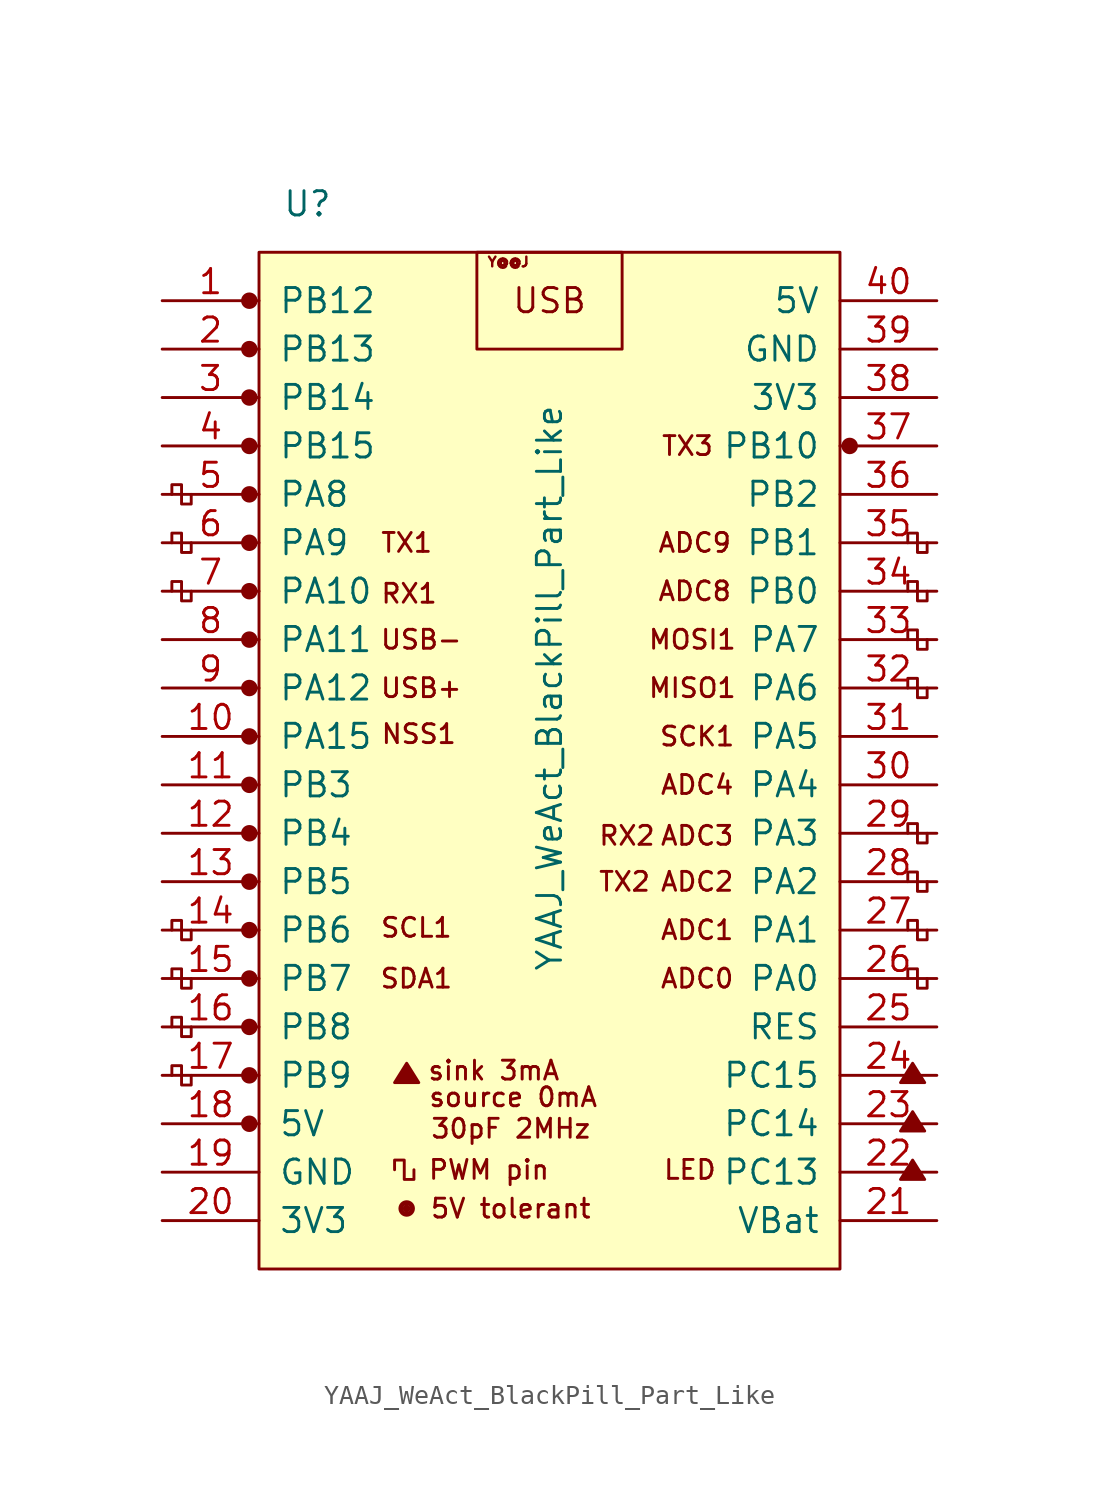
<source format=kicad_sym>
(kicad_symbol_lib
  (version 20220914)
  (generator kicad_symbol_editor)
  (symbol "YAAJ_WeAct_BlackPill_Part_Like"
    (pin_names
      (offset 1.016))
    (property "Reference" "U"
      (at -12.7 27.94 0)
      (effects (font (size 1.27 1.27))))
    (property "Value" "YAAJ_WeAct_BlackPill_Part_Like"
      (at 0 2.54 90)
      (effects (font (size 1.27 1.27))))
    (symbol "YAAJ_WeAct_BlackPill_Part_Like_0_0"
      (circle (center -15.748 -20.32) (radius 0.356) (stroke (width 0) (type solid)) (fill (type outline)))
      (circle (center -15.748 -17.78) (radius 0.356) (stroke (width 0) (type solid)) (fill (type outline)))
      (circle (center -15.748 -15.24) (radius 0.356) (stroke (width 0) (type solid)) (fill (type outline)))
      (circle (center -15.748 -12.7) (radius 0.356) (stroke (width 0) (type solid)) (fill (type outline)))
      (circle (center -15.748 -10.16) (radius 0.356) (stroke (width 0) (type solid)) (fill (type outline)))
      (circle (center -15.748 -7.62) (radius 0.356) (stroke (width 0) (type solid)) (fill (type outline)))
      (circle (center -15.748 -5.08) (radius 0.356) (stroke (width 0) (type solid)) (fill (type outline)))
      (circle (center -15.748 -2.54) (radius 0.356) (stroke (width 0) (type solid)) (fill (type outline)))
      (circle (center -15.748 0) (radius 0.356) (stroke (width 0) (type solid)) (fill (type outline)))
      (circle (center -15.748 2.54) (radius 0.356) (stroke (width 0) (type solid)) (fill (type outline)))
      (circle (center -15.748 5.08) (radius 0.356) (stroke (width 0) (type solid)) (fill (type outline)))
      (circle (center -15.748 7.62) (radius 0.356) (stroke (width 0) (type solid)) (fill (type outline)))
      (circle (center -15.748 10.16) (radius 0.356) (stroke (width 0) (type solid)) (fill (type outline)))
      (circle (center -15.748 12.7) (radius 0.356) (stroke (width 0) (type solid)) (fill (type outline)))
      (circle (center -15.748 15.24) (radius 0.356) (stroke (width 0) (type solid)) (fill (type outline)))
      (circle (center -15.748 17.78) (radius 0.356) (stroke (width 0) (type solid)) (fill (type outline)))
      (circle (center -15.748 22.86) (radius 0.356) (stroke (width 0) (type solid)) (fill (type outline)))
      (circle (center -7.493 -24.765) (radius 0.127) (stroke (width 0) (type solid)) (fill (type outline)))
      (circle (center -7.493 -24.765) (radius 0.254) (stroke (width 0) (type solid)) (fill (type none)))
      (circle (center -7.493 -24.765) (radius 0.356) (stroke (width 0) (type solid)) (fill (type none)))
      (polyline (pts (xy -8.128 -18.161) (xy -7.493 -17.145) (xy -6.858 -18.161) (xy -8.128 -18.161) (xy -7.493 -17.272) (xy -6.985 -18.161) (xy -8.001 -18.034) (xy -7.493 -17.399) (xy -7.112 -18.161) (xy -7.874 -17.907) (xy -7.366 -17.526) (xy -7.239 -18.161) (xy -7.747 -17.78) (xy -7.239 -17.653) (xy -7.366 -18.034) (xy -7.62 -17.78) (xy -7.366 -17.907) (xy -7.493 -17.653)) (stroke (width 0) (type solid)) (fill (type none)))
      (polyline (pts (xy 18.415 -23.241) (xy 19.05 -22.225) (xy 19.685 -23.241) (xy 18.415 -23.241) (xy 19.05 -22.352) (xy 19.558 -23.241) (xy 18.542 -23.114) (xy 19.05 -22.479) (xy 19.431 -23.241) (xy 18.669 -22.987) (xy 19.177 -22.606) (xy 19.304 -23.241) (xy 18.796 -22.86) (xy 19.304 -22.733) (xy 19.177 -23.114) (xy 18.923 -22.86) (xy 19.177 -22.987) (xy 19.05 -22.733)) (stroke (width 0) (type solid)) (fill (type none)))
      (polyline (pts (xy 18.415 -20.701) (xy 19.05 -19.685) (xy 19.685 -20.701) (xy 18.415 -20.701) (xy 19.05 -19.812) (xy 19.558 -20.701) (xy 18.542 -20.574) (xy 19.05 -19.939) (xy 19.431 -20.701) (xy 18.669 -20.447) (xy 19.177 -20.066) (xy 19.304 -20.701) (xy 18.796 -20.32) (xy 19.304 -20.193) (xy 19.177 -20.574) (xy 18.923 -20.32) (xy 19.177 -20.447) (xy 19.05 -20.193)) (stroke (width 0) (type solid)) (fill (type none)))
      (polyline (pts (xy 18.415 -18.161) (xy 19.05 -17.145) (xy 19.685 -18.161) (xy 18.415 -18.161) (xy 19.05 -17.272) (xy 19.558 -18.161) (xy 18.542 -18.034) (xy 19.05 -17.399) (xy 19.431 -18.161) (xy 18.669 -17.907) (xy 19.177 -17.526) (xy 19.304 -18.161) (xy 18.796 -17.78) (xy 19.304 -17.653) (xy 19.177 -18.034) (xy 18.923 -17.78) (xy 19.177 -17.907) (xy 19.05 -17.653)) (stroke (width 0) (type solid)) (fill (type none)))
      (circle (center 15.748 15.24) (radius 0.254) (stroke (width 0) (type solid)) (fill (type outline)))
      (circle (center 15.748 15.24) (radius 0.356) (stroke (width 0) (type solid)) (fill (type none)))
      (text "30pF 2MHz" (at -2.032 -20.574 0) (effects (font (size 0.991 0.991))))
      (text "5V tolerant" (at -2.032 -24.765 0) (effects (font (size 0.991 0.991))))
      (text "ADC0" (at 7.747 -12.7 0) (effects (font (size 0.991 0.991))))
      (text "ADC1" (at 7.747 -10.16 0) (effects (font (size 0.991 0.991))))
      (text "ADC2" (at 7.747 -7.62 0) (effects (font (size 0.991 0.991))))
      (text "ADC3" (at 7.747 -5.207 0) (effects (font (size 0.991 0.991))))
      (text "ADC4" (at 7.747 -2.54 0) (effects (font (size 0.991 0.991))))
      (text "ADC8" (at 7.62 7.62 0) (effects (font (size 0.991 0.991))))
      (text "ADC9" (at 7.62 10.16 0) (effects (font (size 0.991 0.991))))
      (text "LED" (at 7.366 -22.733 0) (effects (font (size 0.991 0.991))))
      (text "MISO1" (at 7.493 2.54 0) (effects (font (size 0.991 0.991))))
      (text "MOSI1" (at 7.493 5.08 0) (effects (font (size 0.991 0.991))))
      (text "NSS1" (at -6.858 0.127 0) (effects (font (size 0.991 0.991))))
      (text "PWM pin" (at -3.175 -22.733 0) (effects (font (size 0.991 0.991))))
      (text "RX1" (at -7.366 7.493 0) (effects (font (size 0.991 0.991))))
      (text "RX2" (at 4.064 -5.207 0) (effects (font (size 0.991 0.991))))
      (text "SCK1" (at 7.747 0 0) (effects (font (size 0.991 0.991))))
      (text "SCL1" (at -6.985 -10.033 0) (effects (font (size 0.991 0.991))))
      (text "SDA1" (at -6.985 -12.7 0) (effects (font (size 0.991 0.991))))
      (text "sink 3mA" (at -2.921 -17.526 0) (effects (font (size 0.991 0.991))))
      (text "source 0mA" (at -1.905 -18.923 0) (effects (font (size 0.991 0.991))))
      (text "TX1" (at -7.493 10.16 0) (effects (font (size 0.991 0.991))))
      (text "TX2" (at 3.937 -7.62 0) (effects (font (size 0.991 0.991))))
      (text "TX3" (at 7.239 15.24 0) (effects (font (size 0.991 0.991))))
      (text "USB" (at 0 22.86 0) (effects (font (size 1.27 1.27))))
      (text "USB+" (at -6.731 2.54 0) (effects (font (size 0.991 0.991))))
      (text "USB-" (at -6.731 5.08 0) (effects (font (size 0.991 0.991))))
      (text "Y@@J" (at -2.159 24.892 0) (effects (font (size 0.508 0.508)))))
    (symbol "YAAJ_WeAct_BlackPill_Part_Like_0_1"
      (rectangle (start -15.24 25.4) (end 15.24 -27.94) (stroke (width 0) (type solid)) (fill (type background)))
      (polyline (pts (xy -18.796 -17.78) (xy -18.796 -18.288) (xy -19.304 -18.288) (xy -19.304 -17.272) (xy -19.812 -17.272) (xy -19.812 -17.78)) (stroke (width 0) (type solid)) (fill (type none)))
      (polyline (pts (xy -18.796 -15.24) (xy -18.796 -15.748) (xy -19.304 -15.748) (xy -19.304 -14.732) (xy -19.812 -14.732) (xy -19.812 -15.24)) (stroke (width 0) (type solid)) (fill (type none)))
      (polyline (pts (xy -18.796 -12.7) (xy -18.796 -13.208) (xy -19.304 -13.208) (xy -19.304 -12.192) (xy -19.812 -12.192) (xy -19.812 -12.7)) (stroke (width 0) (type solid)) (fill (type none)))
      (polyline (pts (xy -18.796 -10.16) (xy -18.796 -10.668) (xy -19.304 -10.668) (xy -19.304 -9.652) (xy -19.812 -9.652) (xy -19.812 -10.16)) (stroke (width 0) (type solid)) (fill (type none)))
      (polyline (pts (xy -18.796 7.62) (xy -18.796 7.112) (xy -19.304 7.112) (xy -19.304 8.128) (xy -19.812 8.128) (xy -19.812 7.62)) (stroke (width 0) (type solid)) (fill (type none)))
      (polyline (pts (xy -18.796 10.16) (xy -18.796 9.652) (xy -19.304 9.652) (xy -19.304 10.668) (xy -19.812 10.668) (xy -19.812 10.16)) (stroke (width 0) (type solid)) (fill (type none)))
      (polyline (pts (xy -18.796 12.7) (xy -18.796 12.192) (xy -19.304 12.192) (xy -19.304 13.208) (xy -19.812 13.208) (xy -19.812 12.7)) (stroke (width 0) (type solid)) (fill (type none)))
      (polyline (pts (xy -7.112 -22.733) (xy -7.112 -23.241) (xy -7.62 -23.241) (xy -7.62 -22.225) (xy -8.128 -22.225) (xy -8.128 -22.733)) (stroke (width 0) (type solid)) (fill (type none)))
      (polyline (pts (xy 19.812 -12.7) (xy 19.812 -13.208) (xy 19.304 -13.208) (xy 19.304 -12.192) (xy 18.796 -12.192) (xy 18.796 -12.7)) (stroke (width 0) (type solid)) (fill (type none)))
      (polyline (pts (xy 19.812 -10.16) (xy 19.812 -10.668) (xy 19.304 -10.668) (xy 19.304 -9.652) (xy 18.796 -9.652) (xy 18.796 -10.16)) (stroke (width 0) (type solid)) (fill (type none)))
      (polyline (pts (xy 19.812 -7.62) (xy 19.812 -8.128) (xy 19.304 -8.128) (xy 19.304 -7.112) (xy 18.796 -7.112) (xy 18.796 -7.62)) (stroke (width 0) (type solid)) (fill (type none)))
      (polyline (pts (xy 19.812 -5.08) (xy 19.812 -5.588) (xy 19.304 -5.588) (xy 19.304 -4.572) (xy 18.796 -4.572) (xy 18.796 -5.08)) (stroke (width 0) (type solid)) (fill (type none)))
      (polyline (pts (xy 19.812 2.54) (xy 19.812 2.032) (xy 19.304 2.032) (xy 19.304 3.048) (xy 18.796 3.048) (xy 18.796 2.54)) (stroke (width 0) (type solid)) (fill (type none)))
      (polyline (pts (xy 19.812 5.08) (xy 19.812 4.572) (xy 19.304 4.572) (xy 19.304 5.588) (xy 18.796 5.588) (xy 18.796 5.08)) (stroke (width 0) (type solid)) (fill (type none)))
      (polyline (pts (xy 19.812 7.62) (xy 19.812 7.112) (xy 19.304 7.112) (xy 19.304 8.128) (xy 18.796 8.128) (xy 18.796 7.62)) (stroke (width 0) (type solid)) (fill (type none)))
      (polyline (pts (xy 19.812 10.16) (xy 19.812 9.652) (xy 19.304 9.652) (xy 19.304 10.668) (xy 18.796 10.668) (xy 18.796 10.16)) (stroke (width 0) (type solid)) (fill (type none)))
      (rectangle (start 3.81 25.4) (end -3.81 20.32) (stroke (width 0) (type solid)) (fill (type none))))
    (symbol "YAAJ_WeAct_BlackPill_Part_Like_1_1"
      (circle (center -15.748 20.32) (radius 0.356) (stroke (width 0) (type solid)) (fill (type outline)))
      (pin bidirectional line (at -20.32 22.86 0) (length 5.08) (name "PB12" (effects (font (size 1.27 1.27)))) (number "1" (effects (font (size 1.27 1.27)))))
      (pin bidirectional line (at -20.32 0 0) (length 5.08) (name "PA15" (effects (font (size 1.27 1.27)))) (number "10" (effects (font (size 1.27 1.27)))))
      (pin bidirectional line (at -20.32 -2.54 0) (length 5.08) (name "PB3" (effects (font (size 1.27 1.27)))) (number "11" (effects (font (size 1.27 1.27)))))
      (pin bidirectional line (at -20.32 -5.08 0) (length 5.08) (name "PB4" (effects (font (size 1.27 1.27)))) (number "12" (effects (font (size 1.27 1.27)))))
      (pin bidirectional line (at -20.32 -7.62 0) (length 5.08) (name "PB5" (effects (font (size 1.27 1.27)))) (number "13" (effects (font (size 1.27 1.27)))))
      (pin bidirectional line (at -20.32 -10.16 0) (length 5.08) (name "PB6" (effects (font (size 1.27 1.27)))) (number "14" (effects (font (size 1.27 1.27)))))
      (pin bidirectional line (at -20.32 -12.7 0) (length 5.08) (name "PB7" (effects (font (size 1.27 1.27)))) (number "15" (effects (font (size 1.27 1.27)))))
      (pin bidirectional line (at -20.32 -15.24 0) (length 5.08) (name "PB8" (effects (font (size 1.27 1.27)))) (number "16" (effects (font (size 1.27 1.27)))))
      (pin bidirectional line (at -20.32 -17.78 0) (length 5.08) (name "PB9" (effects (font (size 1.27 1.27)))) (number "17" (effects (font (size 1.27 1.27)))))
      (pin power_in line (at -20.32 -20.32 0) (length 5.08) (name "5V" (effects (font (size 1.27 1.27)))) (number "18" (effects (font (size 1.27 1.27)))))
      (pin power_in line (at -20.32 -22.86 0) (length 5.08) (name "GND" (effects (font (size 1.27 1.27)))) (number "19" (effects (font (size 1.27 1.27)))))
      (pin bidirectional line (at -20.32 20.32 0) (length 5.08) (name "PB13" (effects (font (size 1.27 1.27)))) (number "2" (effects (font (size 1.27 1.27)))))
      (pin power_in line (at -20.32 -25.4 0) (length 5.08) (name "3V3" (effects (font (size 1.27 1.27)))) (number "20" (effects (font (size 1.27 1.27)))))
      (pin power_in line (at 20.32 -25.4 180) (length 5.08) (name "VBat" (effects (font (size 1.27 1.27)))) (number "21" (effects (font (size 1.27 1.27)))))
      (pin bidirectional line (at 20.32 -22.86 180) (length 5.08) (name "PC13" (effects (font (size 1.27 1.27)))) (number "22" (effects (font (size 1.27 1.27)))))
      (pin bidirectional line (at 20.32 -20.32 180) (length 5.08) (name "PC14" (effects (font (size 1.27 1.27)))) (number "23" (effects (font (size 1.27 1.27)))))
      (pin bidirectional line (at 20.32 -17.78 180) (length 5.08) (name "PC15" (effects (font (size 1.27 1.27)))) (number "24" (effects (font (size 1.27 1.27)))))
      (pin input line (at 20.32 -15.24 180) (length 5.08) (name "RES" (effects (font (size 1.27 1.27)))) (number "25" (effects (font (size 1.27 1.27)))))
      (pin bidirectional line (at 20.32 -12.7 180) (length 5.08) (name "PA0" (effects (font (size 1.27 1.27)))) (number "26" (effects (font (size 1.27 1.27)))))
      (pin bidirectional line (at 20.32 -10.16 180) (length 5.08) (name "PA1" (effects (font (size 1.27 1.27)))) (number "27" (effects (font (size 1.27 1.27)))))
      (pin bidirectional line (at 20.32 -7.62 180) (length 5.08) (name "PA2" (effects (font (size 1.27 1.27)))) (number "28" (effects (font (size 1.27 1.27)))))
      (pin bidirectional line (at 20.32 -5.08 180) (length 5.08) (name "PA3" (effects (font (size 1.27 1.27)))) (number "29" (effects (font (size 1.27 1.27)))))
      (pin bidirectional line (at -20.32 17.78 0) (length 5.08) (name "PB14" (effects (font (size 1.27 1.27)))) (number "3" (effects (font (size 1.27 1.27)))))
      (pin bidirectional line (at 20.32 -2.54 180) (length 5.08) (name "PA4" (effects (font (size 1.27 1.27)))) (number "30" (effects (font (size 1.27 1.27)))))
      (pin bidirectional line (at 20.32 0 180) (length 5.08) (name "PA5" (effects (font (size 1.27 1.27)))) (number "31" (effects (font (size 1.27 1.27)))))
      (pin bidirectional line (at 20.32 2.54 180) (length 5.08) (name "PA6" (effects (font (size 1.27 1.27)))) (number "32" (effects (font (size 1.27 1.27)))))
      (pin bidirectional line (at 20.32 5.08 180) (length 5.08) (name "PA7" (effects (font (size 1.27 1.27)))) (number "33" (effects (font (size 1.27 1.27)))))
      (pin bidirectional line (at 20.32 7.62 180) (length 5.08) (name "PB0" (effects (font (size 1.27 1.27)))) (number "34" (effects (font (size 1.27 1.27)))))
      (pin bidirectional line (at 20.32 10.16 180) (length 5.08) (name "PB1" (effects (font (size 1.27 1.27)))) (number "35" (effects (font (size 1.27 1.27)))))
      (pin bidirectional line (at 20.32 12.7 180) (length 5.08) (name "PB2" (effects (font (size 1.27 1.27)))) (number "36" (effects (font (size 1.27 1.27)))))
      (pin bidirectional line (at 20.32 15.24 180) (length 5.08) (name "PB10" (effects (font (size 1.27 1.27)))) (number "37" (effects (font (size 1.27 1.27)))))
      (pin power_in line (at 20.32 17.78 180) (length 5.08) (name "3V3" (effects (font (size 1.27 1.27)))) (number "38" (effects (font (size 1.27 1.27)))))
      (pin power_in line (at 20.32 20.32 180) (length 5.08) (name "GND" (effects (font (size 1.27 1.27)))) (number "39" (effects (font (size 1.27 1.27)))))
      (pin bidirectional line (at -20.32 15.24 0) (length 5.08) (name "PB15" (effects (font (size 1.27 1.27)))) (number "4" (effects (font (size 1.27 1.27)))))
      (pin power_in line (at 20.32 22.86 180) (length 5.08) (name "5V" (effects (font (size 1.27 1.27)))) (number "40" (effects (font (size 1.27 1.27)))))
      (pin bidirectional line (at -20.32 12.7 0) (length 5.08) (name "PA8" (effects (font (size 1.27 1.27)))) (number "5" (effects (font (size 1.27 1.27)))))
      (pin bidirectional line (at -20.32 10.16 0) (length 5.08) (name "PA9" (effects (font (size 1.27 1.27)))) (number "6" (effects (font (size 1.27 1.27)))))
      (pin bidirectional line (at -20.32 7.62 0) (length 5.08) (name "PA10" (effects (font (size 1.27 1.27)))) (number "7" (effects (font (size 1.27 1.27)))))
      (pin bidirectional line (at -20.32 5.08 0) (length 5.08) (name "PA11" (effects (font (size 1.27 1.27)))) (number "8" (effects (font (size 1.27 1.27)))))
      (pin bidirectional line (at -20.32 2.54 0) (length 5.08) (name "PA12" (effects (font (size 1.27 1.27)))) (number "9" (effects (font (size 1.27 1.27))))))))
</source>
